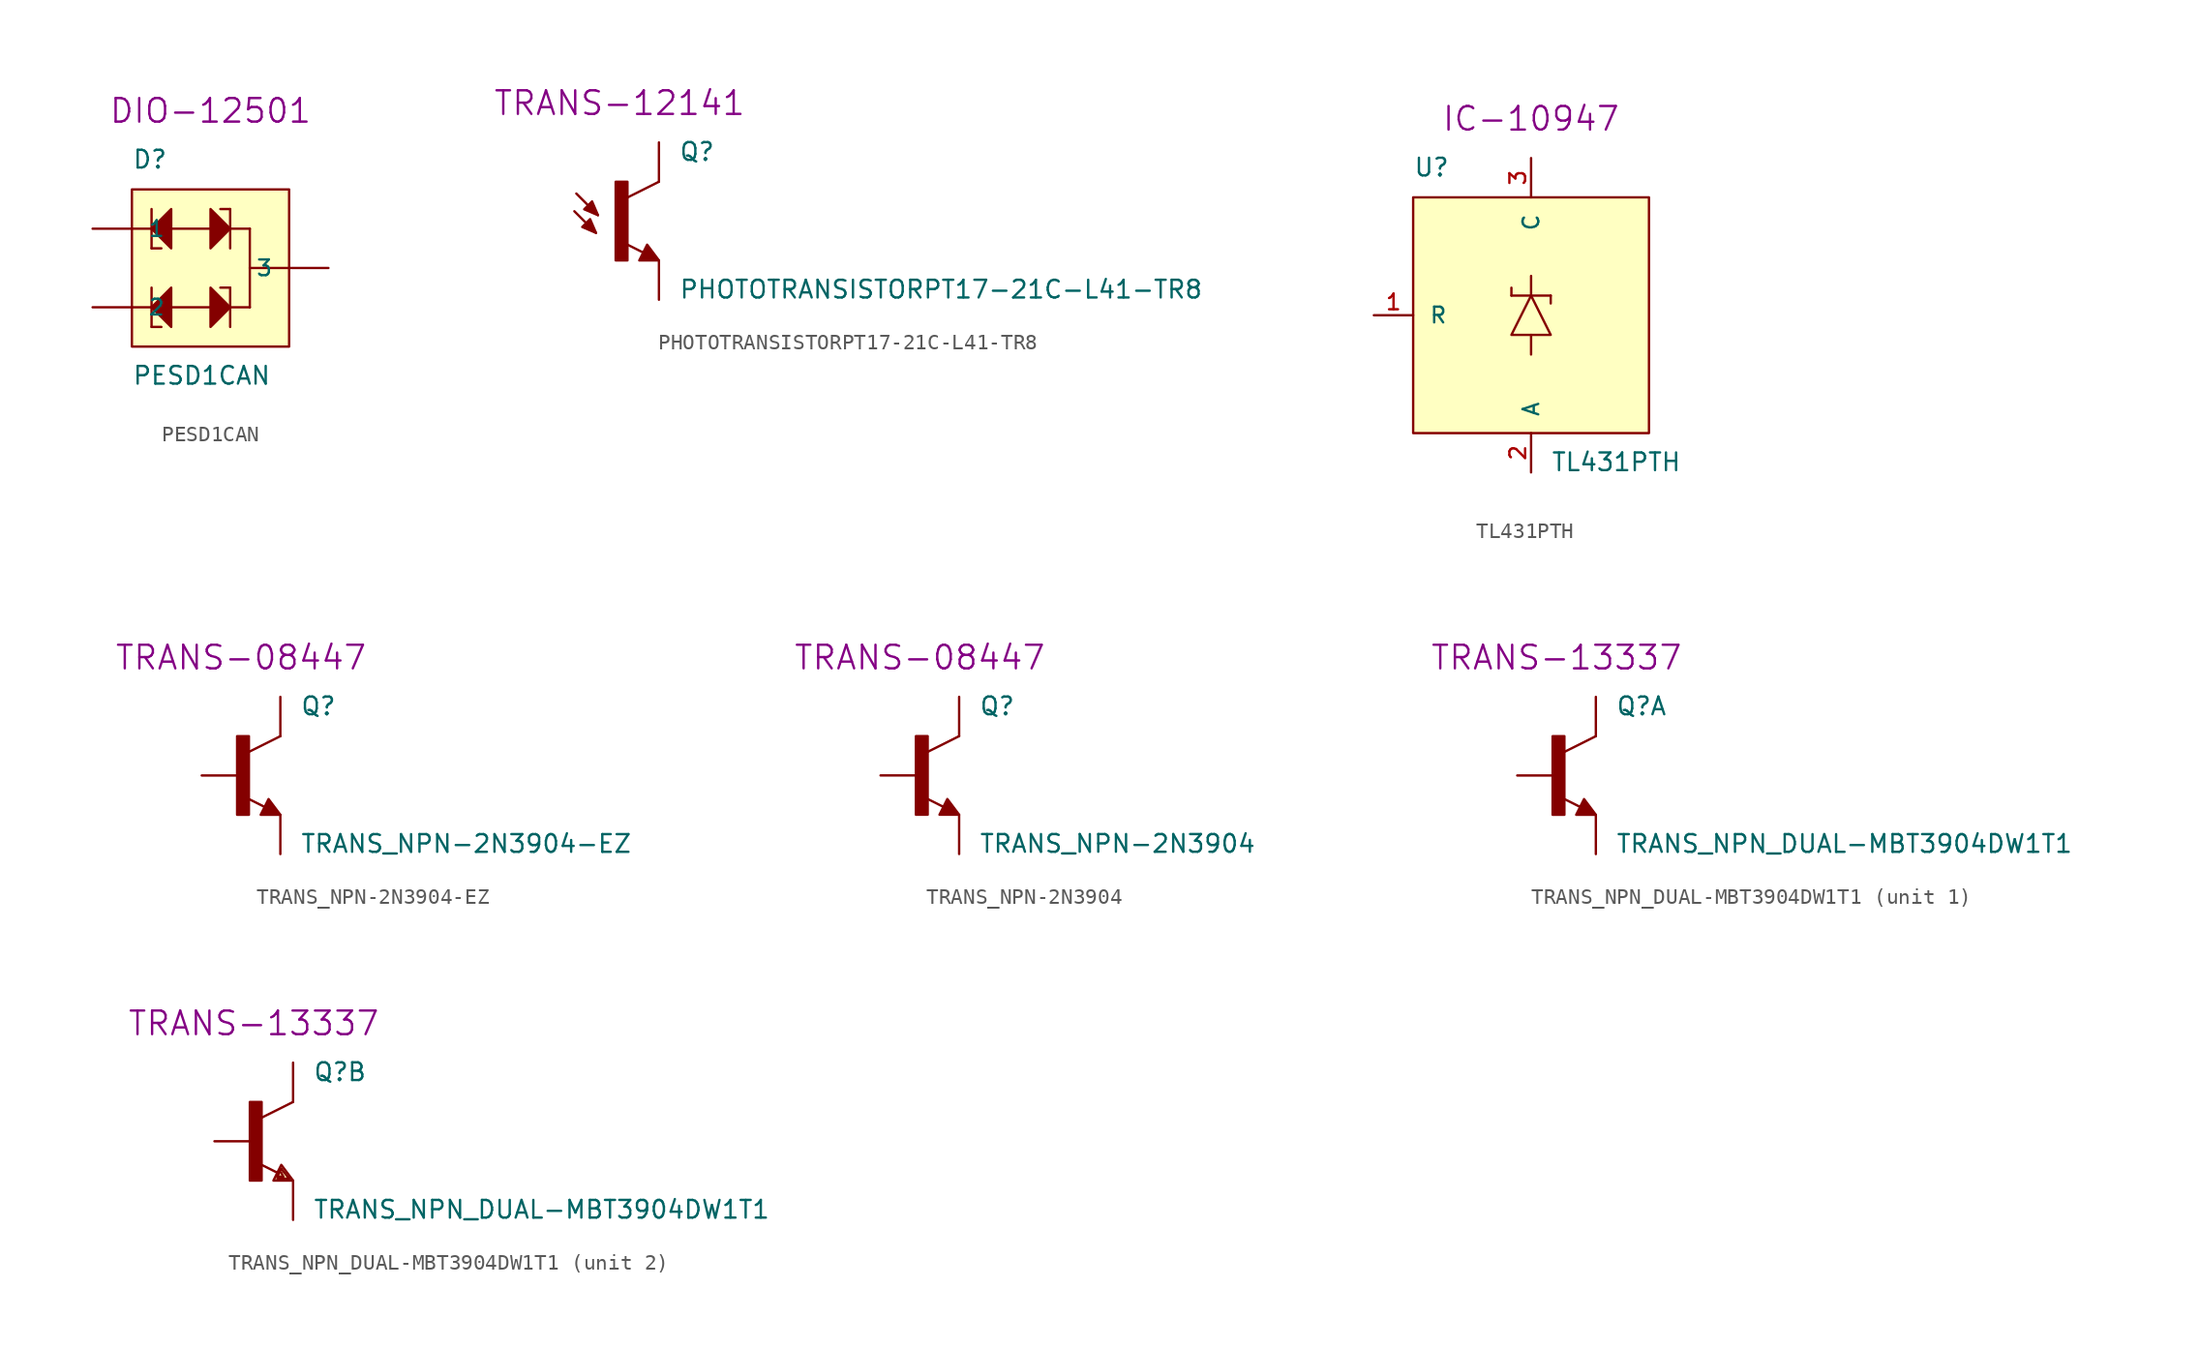
<source format=kicad_sym>
(kicad_symbol_lib
  (version 20201005)
  (generator kicad_symbol_editor)
  (symbol "PESD1CAN"
    (pin_numbers hide)
    (pin_names
      (offset 1.016))
    (property "Reference" "D"
      (at -5.08 6.35 0)
      (effects (font (size 1.143 1.143)) (justify left bottom)))
    (property "Value" "PESD1CAN"
      (at -5.08 -7.62 0)
      (effects (font (size 1.143 1.143)) (justify left bottom)))
    (property "Field4" "DIO-12501"
      (at 0 10.16 0)
      (effects (font (size 1.524 1.524))))
    (property "ki_locked" ""
      (at 0 0 0)
      (effects (font (size 1.27 1.27))))
    (symbol "PESD1CAN_1_0"
      (polyline (pts (xy -5.08 -2.54) (xy -3.81 -2.54)) (stroke (width 0)) (fill (type none)))
      (polyline (pts (xy -5.08 2.54) (xy -3.81 2.54)) (stroke (width 0)) (fill (type none)))
      (polyline (pts (xy -3.81 -3.81) (xy -3.175 -3.81)) (stroke (width 0)) (fill (type none)))
      (polyline (pts (xy -3.81 -2.54) (xy -3.81 -3.81)) (stroke (width 0)) (fill (type none)))
      (polyline (pts (xy -3.81 -2.54) (xy 1.27 -2.54)) (stroke (width 0)) (fill (type none)))
      (polyline (pts (xy -3.81 -1.27) (xy -3.81 -2.54)) (stroke (width 0)) (fill (type none)))
      (polyline (pts (xy -3.81 1.27) (xy -3.175 1.27)) (stroke (width 0)) (fill (type none)))
      (polyline (pts (xy -3.81 2.54) (xy -3.81 1.27)) (stroke (width 0)) (fill (type none)))
      (polyline (pts (xy -3.81 2.54) (xy 1.27 2.54)) (stroke (width 0)) (fill (type none)))
      (polyline (pts (xy -3.81 3.81) (xy -3.81 2.54)) (stroke (width 0)) (fill (type none)))
      (polyline (pts (xy 1.27 -3.81) (xy 1.27 -2.54)) (stroke (width 0)) (fill (type none)))
      (polyline (pts (xy 1.27 -2.54) (xy 1.27 -1.27)) (stroke (width 0)) (fill (type none)))
      (polyline (pts (xy 1.27 -2.54) (xy 2.54 -2.54)) (stroke (width 0)) (fill (type none)))
      (polyline (pts (xy 1.27 -1.27) (xy 0.635 -1.27)) (stroke (width 0)) (fill (type none)))
      (polyline (pts (xy 1.27 1.27) (xy 1.27 2.54)) (stroke (width 0)) (fill (type none)))
      (polyline (pts (xy 1.27 2.54) (xy 1.27 3.81)) (stroke (width 0)) (fill (type none)))
      (polyline (pts (xy 1.27 2.54) (xy 2.54 2.54)) (stroke (width 0)) (fill (type none)))
      (polyline (pts (xy 1.27 3.81) (xy 0.635 3.81)) (stroke (width 0)) (fill (type none)))
      (polyline (pts (xy 2.54 0) (xy 2.54 -2.54)) (stroke (width 0)) (fill (type none)))
      (polyline (pts (xy 2.54 0) (xy 5.08 0)) (stroke (width 0)) (fill (type none)))
      (polyline (pts (xy 2.54 2.54) (xy 2.54 0)) (stroke (width 0)) (fill (type none))))
    (symbol "PESD1CAN_1_1"
      (polyline (pts (xy -2.54 -1.27) (xy -2.54 -3.81) (xy -2.54 -3.81) (xy -3.81 -2.54) (xy -3.81 -2.54) (xy -2.54 -1.27)) (stroke (width 0)) (fill (type outline)))
      (polyline (pts (xy -2.54 3.81) (xy -3.81 2.54) (xy -3.81 2.54) (xy -2.54 1.27) (xy -2.54 1.27) (xy -2.54 3.81)) (stroke (width 0)) (fill (type outline)))
      (polyline (pts (xy 0 -1.27) (xy 1.27 -2.54) (xy 1.27 -2.54) (xy 0 -3.81) (xy 0 -3.81) (xy 0 -1.27)) (stroke (width 0)) (fill (type outline)))
      (polyline (pts (xy 0 3.81) (xy 1.27 2.54) (xy 1.27 2.54) (xy 0 1.27) (xy 0 1.27) (xy 0 3.81)) (stroke (width 0)) (fill (type outline)))
      (polyline (pts (xy -5.08 -5.08) (xy 5.08 -5.08) (xy 5.08 5.08) (xy -5.08 5.08) (xy -5.08 2.54) (xy -5.08 -2.54) (xy -5.08 -5.08)) (stroke (width 0)) (fill (type background)))
      (pin bidirectional line (at -7.62 2.54 0) (length 2.54) (name "1" (effects (font (size 1.016 1.016)))) (number "1" (effects (font (size 1.016 1.016)))))
      (pin bidirectional line (at -7.62 -2.54 0) (length 2.54) (name "2" (effects (font (size 1.016 1.016)))) (number "2" (effects (font (size 1.016 1.016)))))
      (pin bidirectional line (at 7.62 0 180) (length 2.54) (name "3" (effects (font (size 1.016 1.016)))) (number "3" (effects (font (size 1.016 1.016)))))))
  (symbol "PHOTOTRANSISTORPT17-21C-L41-TR8"
    (pin_numbers hide)
    (pin_names
      (offset 1.016) hide)
    (property "Reference" "Q"
      (at 3.81 3.81 0)
      (effects (font (size 1.143 1.143)) (justify left bottom)))
    (property "Value" "PHOTOTRANSISTORPT17-21C-L41-TR8"
      (at 3.81 -5.08 0)
      (effects (font (size 1.143 1.143)) (justify left bottom)))
    (property "Field4" "TRANS-12141"
      (at 0 7.62 0)
      (effects (font (size 1.524 1.524))))
    (property "ki_locked" ""
      (at 0 0 0)
      (effects (font (size 1.27 1.27))))
    (symbol "PHOTOTRANSISTORPT17-21C-L41-TR8_1_0"
      (polyline (pts (xy -2.921 0.635) (xy -1.524 -0.762)) (stroke (width 0)) (fill (type none)))
      (polyline (pts (xy -2.794 1.778) (xy -1.397 0.381)) (stroke (width 0)) (fill (type none)))
      (polyline (pts (xy 1.524 -2.032) (xy 0.305 -1.422)) (stroke (width 0)) (fill (type none)))
      (polyline (pts (xy 2.54 2.54) (xy 0.508 1.524)) (stroke (width 0)) (fill (type none))))
    (symbol "PHOTOTRANSISTORPT17-21C-L41-TR8_1_1"
      (rectangle (start -0.254 -2.54) (end 0.508 2.54) (stroke (width 0)) (fill (type outline)))
      (polyline (pts (xy 1.778 -1.524) (xy 2.54 -2.54) (xy 1.27 -2.54) (xy 1.778 -1.524)) (stroke (width 0)) (fill (type outline)))
      (polyline (pts (xy -1.524 -0.762) (xy -2.413 -0.381) (xy -2.413 -0.381) (xy -1.905 0.127) (xy -1.905 0.127) (xy -1.524 -0.762)) (stroke (width 0)) (fill (type outline)))
      (polyline (pts (xy -1.397 0.381) (xy -2.286 0.762) (xy -2.286 0.762) (xy -1.778 1.27) (xy -1.778 1.27) (xy -1.397 0.381)) (stroke (width 0)) (fill (type outline)))
      (pin passive line (at 2.54 5.08 270) (length 2.54) (name "C" (effects (font (size 1.016 1.016)))) (number "C" (effects (font (size 1.016 1.016)))))
      (pin passive line (at 2.54 -5.08 90) (length 2.54) (name "E" (effects (font (size 1.016 1.016)))) (number "E" (effects (font (size 1.016 1.016)))))))
  (symbol "TL431PTH"
    (pin_names
      (offset 1.016))
    (property "Reference" "U"
      (at -7.62 8.89 0)
      (effects (font (size 1.143 1.143)) (justify left bottom)))
    (property "Value" "TL431PTH"
      (at 1.27 -10.16 0)
      (effects (font (size 1.143 1.143)) (justify left bottom)))
    (property "Field4" "IC-10947"
      (at 0 12.7 0)
      (effects (font (size 1.524 1.524))))
    (property "ki_locked" ""
      (at 0 0 0)
      (effects (font (size 1.27 1.27))))
    (symbol "TL431PTH_1_0"
      (polyline (pts (xy -1.27 1.27) (xy -1.27 1.778)) (stroke (width 0)) (fill (type none)))
      (polyline (pts (xy -1.27 1.27) (xy 0 1.27)) (stroke (width 0)) (fill (type none)))
      (polyline (pts (xy 0 -2.54) (xy 0 -1.27)) (stroke (width 0)) (fill (type none)))
      (polyline (pts (xy 0 1.27) (xy 1.27 1.27)) (stroke (width 0)) (fill (type none)))
      (polyline (pts (xy 0 2.54) (xy 0 1.27)) (stroke (width 0)) (fill (type none)))
      (polyline (pts (xy 1.27 1.27) (xy 1.27 0.762)) (stroke (width 0)) (fill (type none))))
    (symbol "TL431PTH_1_1"
      (polyline (pts (xy -7.62 7.62) (xy -7.62 -7.62) (xy 7.62 -7.62) (xy 7.62 7.62) (xy -7.62 7.62)) (stroke (width 0)) (fill (type background)))
      (polyline (pts (xy 1.27 -1.27) (xy 0 1.27) (xy -1.27 -1.27) (xy 0 -1.27) (xy 1.27 -1.27)) (stroke (width 0)) (fill (type background)))
      (pin bidirectional line (at -10.16 0 0) (length 2.54) (name "R" (effects (font (size 1.016 1.016)))) (number "1" (effects (font (size 1.016 1.016)))))
      (pin bidirectional line (at 0 -10.16 90) (length 2.54) (name "A" (effects (font (size 1.016 1.016)))) (number "2" (effects (font (size 1.016 1.016)))))
      (pin bidirectional line (at 0 10.16 270) (length 2.54) (name "C" (effects (font (size 1.016 1.016)))) (number "3" (effects (font (size 1.016 1.016)))))))
  (symbol "TRANS_NPN-2N3904-EZ"
    (pin_numbers hide)
    (pin_names
      (offset 1.016) hide)
    (property "Reference" "Q"
      (at 3.81 3.81 0)
      (effects (font (size 1.143 1.143)) (justify left bottom)))
    (property "Value" "TRANS_NPN-2N3904-EZ"
      (at 3.81 -5.08 0)
      (effects (font (size 1.143 1.143)) (justify left bottom)))
    (property "Field4" "TRANS-08447"
      (at 0 7.62 0)
      (effects (font (size 1.524 1.524))))
    (property "ki_locked" ""
      (at 0 0 0)
      (effects (font (size 1.27 1.27))))
    (symbol "TRANS_NPN-2N3904-EZ_1_0"
      (polyline (pts (xy 1.524 -2.032) (xy 0.305 -1.422)) (stroke (width 0)) (fill (type none)))
      (polyline (pts (xy 2.54 2.54) (xy 0.508 1.524)) (stroke (width 0)) (fill (type none))))
    (symbol "TRANS_NPN-2N3904-EZ_1_1"
      (rectangle (start -0.254 -2.54) (end 0.508 2.54) (stroke (width 0)) (fill (type outline)))
      (polyline (pts (xy 1.778 -1.524) (xy 2.54 -2.54) (xy 1.27 -2.54) (xy 1.778 -1.524)) (stroke (width 0)) (fill (type outline)))
      (pin passive line (at 2.54 -5.08 90) (length 2.54) (name "E" (effects (font (size 1.016 1.016)))) (number "1" (effects (font (size 1.016 1.016)))))
      (pin passive line (at -2.54 0 0) (length 2.54) (name "B" (effects (font (size 1.016 1.016)))) (number "2" (effects (font (size 1.016 1.016)))))
      (pin passive line (at 2.54 5.08 270) (length 2.54) (name "C" (effects (font (size 1.016 1.016)))) (number "3" (effects (font (size 1.016 1.016)))))))
  (symbol "TRANS_NPN-2N3904"
    (pin_numbers hide)
    (pin_names
      (offset 1.016) hide)
    (property "Reference" "Q"
      (at 3.81 3.81 0)
      (effects (font (size 1.143 1.143)) (justify left bottom)))
    (property "Value" "TRANS_NPN-2N3904"
      (at 3.81 -5.08 0)
      (effects (font (size 1.143 1.143)) (justify left bottom)))
    (property "Field4" "TRANS-08447"
      (at 0 7.62 0)
      (effects (font (size 1.524 1.524))))
    (property "ki_locked" ""
      (at 0 0 0)
      (effects (font (size 1.27 1.27))))
    (symbol "TRANS_NPN-2N3904_1_0"
      (polyline (pts (xy 1.524 -2.032) (xy 0.305 -1.422)) (stroke (width 0)) (fill (type none)))
      (polyline (pts (xy 2.54 2.54) (xy 0.508 1.524)) (stroke (width 0)) (fill (type none))))
    (symbol "TRANS_NPN-2N3904_1_1"
      (rectangle (start -0.254 -2.54) (end 0.508 2.54) (stroke (width 0)) (fill (type outline)))
      (polyline (pts (xy 1.778 -1.524) (xy 2.54 -2.54) (xy 1.27 -2.54) (xy 1.778 -1.524)) (stroke (width 0)) (fill (type outline)))
      (pin passive line (at 2.54 -5.08 90) (length 2.54) (name "E" (effects (font (size 1.016 1.016)))) (number "1" (effects (font (size 1.016 1.016)))))
      (pin passive line (at -2.54 0 0) (length 2.54) (name "B" (effects (font (size 1.016 1.016)))) (number "2" (effects (font (size 1.016 1.016)))))
      (pin passive line (at 2.54 5.08 270) (length 2.54) (name "C" (effects (font (size 1.016 1.016)))) (number "3" (effects (font (size 1.016 1.016)))))))
  (symbol "TRANS_NPN_DUAL-MBT3904DW1T1"
    (pin_numbers hide)
    (pin_names
      (offset 1.016) hide)
    (property "Reference" "Q"
      (at 3.81 3.81 0)
      (effects (font (size 1.143 1.143)) (justify left bottom)))
    (property "Value" "TRANS_NPN_DUAL-MBT3904DW1T1"
      (at 3.81 -5.08 0)
      (effects (font (size 1.143 1.143)) (justify left bottom)))
    (property "Field4" "TRANS-13337"
      (at 0 7.62 0)
      (effects (font (size 1.524 1.524))))
    (property "ki_locked" ""
      (at 0 0 0)
      (effects (font (size 1.27 1.27))))
    (symbol "TRANS_NPN_DUAL-MBT3904DW1T1_1_0"
      (polyline (pts (xy 1.524 -2.032) (xy 0.305 -1.422)) (stroke (width 0)) (fill (type none)))
      (polyline (pts (xy 2.54 2.54) (xy 0.508 1.524)) (stroke (width 0)) (fill (type none))))
    (symbol "TRANS_NPN_DUAL-MBT3904DW1T1_1_1"
      (rectangle (start -0.254 -2.54) (end 0.508 2.54) (stroke (width 0)) (fill (type outline)))
      (polyline (pts (xy 1.778 -1.524) (xy 2.54 -2.54) (xy 1.27 -2.54) (xy 1.778 -1.524)) (stroke (width 0)) (fill (type outline)))
      (pin passive line (at 2.54 5.08 270) (length 2.54) (name "C" (effects (font (size 1.016 1.016)))) (number "3" (effects (font (size 1.016 1.016)))))
      (pin passive line (at 2.54 -5.08 90) (length 2.54) (name "E" (effects (font (size 1.016 1.016)))) (number "4" (effects (font (size 1.016 1.016)))))
      (pin passive line (at -2.54 0 0) (length 2.54) (name "B" (effects (font (size 1.016 1.016)))) (number "5" (effects (font (size 1.016 1.016))))))
    (symbol "TRANS_NPN_DUAL-MBT3904DW1T1_2_0"
      (polyline (pts (xy 1.524 -2.413) (xy 2.286 -2.413)) (stroke (width 0)) (fill (type none)))
      (polyline (pts (xy 1.524 -2.286) (xy 1.905 -2.286)) (stroke (width 0)) (fill (type none)))
      (polyline (pts (xy 1.524 -2.032) (xy 0.305 -1.422)) (stroke (width 0)) (fill (type none)))
      (polyline (pts (xy 1.778 -1.778) (xy 1.524 -2.286)) (stroke (width 0)) (fill (type none)))
      (polyline (pts (xy 1.905 -2.286) (xy 1.778 -2.032)) (stroke (width 0)) (fill (type none)))
      (polyline (pts (xy 2.286 -2.413) (xy 1.778 -1.778)) (stroke (width 0)) (fill (type none)))
      (polyline (pts (xy 2.54 2.54) (xy 0.508 1.524)) (stroke (width 0)) (fill (type none))))
    (symbol "TRANS_NPN_DUAL-MBT3904DW1T1_2_1"
      (rectangle (start -0.254 -2.54) (end 0.508 2.54) (stroke (width 0)) (fill (type outline)))
      (polyline (pts (xy 1.778 -1.524) (xy 2.54 -2.54) (xy 1.27 -2.54) (xy 1.778 -1.524)) (stroke (width 0)) (fill (type background)))
      (pin passive line (at 2.54 -5.08 90) (length 2.54) (name "E" (effects (font (size 1.016 1.016)))) (number "1" (effects (font (size 1.016 1.016)))))
      (pin passive line (at -2.54 0 0) (length 2.54) (name "B" (effects (font (size 1.016 1.016)))) (number "2" (effects (font (size 1.016 1.016)))))
      (pin passive line (at 2.54 5.08 270) (length 2.54) (name "C" (effects (font (size 1.016 1.016)))) (number "6" (effects (font (size 1.016 1.016))))))))
</source>
